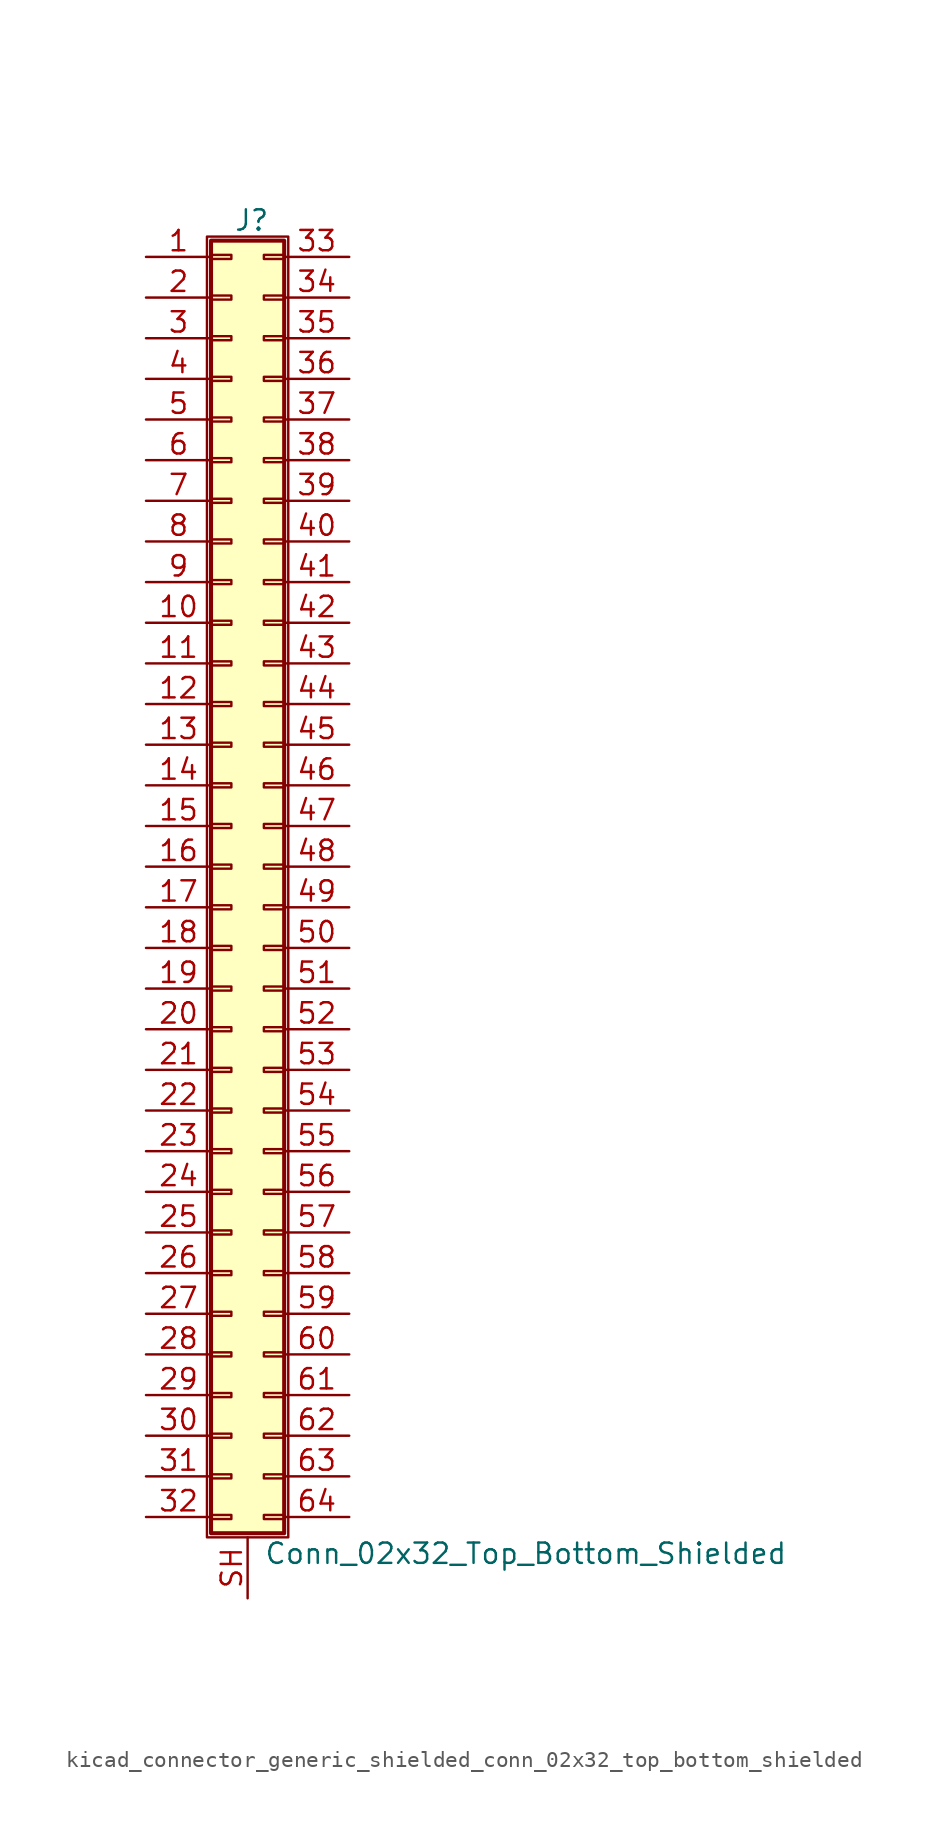
<source format=kicad_sym>
(kicad_symbol_lib
  (version 20220914)
  (generator kicad_symbol_editor)
  (symbol "kicad_connector_generic_shielded_conn_02x32_top_bottom_shielded"
    (pin_names
      (offset 1.016) hide)
    (property "Reference" "J"
      (at 1.524 40.386 0)
      (effects (font (size 1.27 1.27))))
    (property "Value" "Conn_02x32_Top_Bottom_Shielded"
      (at 2.286 -42.926 0)
      (effects (font (size 1.27 1.27)) (justify left)))
    (symbol "kicad_connector_generic_shielded_conn_02x32_top_bottom_shielded_1_1"
      (rectangle (start -1.27 39.37) (end 3.81 -41.91) (stroke (width 0.152) (type default)) (fill (type none)))
      (rectangle (start -1.016 -40.513) (end 0.254 -40.767) (stroke (width 0.152) (type default)) (fill (type none)))
      (rectangle (start -1.016 -37.973) (end 0.254 -38.227) (stroke (width 0.152) (type default)) (fill (type none)))
      (rectangle (start -1.016 -35.433) (end 0.254 -35.687) (stroke (width 0.152) (type default)) (fill (type none)))
      (rectangle (start -1.016 -32.893) (end 0.254 -33.147) (stroke (width 0.152) (type default)) (fill (type none)))
      (rectangle (start -1.016 -30.353) (end 0.254 -30.607) (stroke (width 0.152) (type default)) (fill (type none)))
      (rectangle (start -1.016 -27.813) (end 0.254 -28.067) (stroke (width 0.152) (type default)) (fill (type none)))
      (rectangle (start -1.016 -25.273) (end 0.254 -25.527) (stroke (width 0.152) (type default)) (fill (type none)))
      (rectangle (start -1.016 -22.733) (end 0.254 -22.987) (stroke (width 0.152) (type default)) (fill (type none)))
      (rectangle (start -1.016 -20.193) (end 0.254 -20.447) (stroke (width 0.152) (type default)) (fill (type none)))
      (rectangle (start -1.016 -17.653) (end 0.254 -17.907) (stroke (width 0.152) (type default)) (fill (type none)))
      (rectangle (start -1.016 -15.113) (end 0.254 -15.367) (stroke (width 0.152) (type default)) (fill (type none)))
      (rectangle (start -1.016 -12.573) (end 0.254 -12.827) (stroke (width 0.152) (type default)) (fill (type none)))
      (rectangle (start -1.016 -10.033) (end 0.254 -10.287) (stroke (width 0.152) (type default)) (fill (type none)))
      (rectangle (start -1.016 -7.493) (end 0.254 -7.747) (stroke (width 0.152) (type default)) (fill (type none)))
      (rectangle (start -1.016 -4.953) (end 0.254 -5.207) (stroke (width 0.152) (type default)) (fill (type none)))
      (rectangle (start -1.016 -2.413) (end 0.254 -2.667) (stroke (width 0.152) (type default)) (fill (type none)))
      (rectangle (start -1.016 0.127) (end 0.254 -0.127) (stroke (width 0.152) (type default)) (fill (type none)))
      (rectangle (start -1.016 2.667) (end 0.254 2.413) (stroke (width 0.152) (type default)) (fill (type none)))
      (rectangle (start -1.016 5.207) (end 0.254 4.953) (stroke (width 0.152) (type default)) (fill (type none)))
      (rectangle (start -1.016 7.747) (end 0.254 7.493) (stroke (width 0.152) (type default)) (fill (type none)))
      (rectangle (start -1.016 10.287) (end 0.254 10.033) (stroke (width 0.152) (type default)) (fill (type none)))
      (rectangle (start -1.016 12.827) (end 0.254 12.573) (stroke (width 0.152) (type default)) (fill (type none)))
      (rectangle (start -1.016 15.367) (end 0.254 15.113) (stroke (width 0.152) (type default)) (fill (type none)))
      (rectangle (start -1.016 17.907) (end 0.254 17.653) (stroke (width 0.152) (type default)) (fill (type none)))
      (rectangle (start -1.016 20.447) (end 0.254 20.193) (stroke (width 0.152) (type default)) (fill (type none)))
      (rectangle (start -1.016 22.987) (end 0.254 22.733) (stroke (width 0.152) (type default)) (fill (type none)))
      (rectangle (start -1.016 25.527) (end 0.254 25.273) (stroke (width 0.152) (type default)) (fill (type none)))
      (rectangle (start -1.016 28.067) (end 0.254 27.813) (stroke (width 0.152) (type default)) (fill (type none)))
      (rectangle (start -1.016 30.607) (end 0.254 30.353) (stroke (width 0.152) (type default)) (fill (type none)))
      (rectangle (start -1.016 33.147) (end 0.254 32.893) (stroke (width 0.152) (type default)) (fill (type none)))
      (rectangle (start -1.016 35.687) (end 0.254 35.433) (stroke (width 0.152) (type default)) (fill (type none)))
      (rectangle (start -1.016 38.227) (end 0.254 37.973) (stroke (width 0.152) (type default)) (fill (type none)))
      (rectangle (start -1.016 39.116) (end 3.556 -41.656) (stroke (width 0.254) (type default)) (fill (type background)))
      (rectangle (start 3.556 -40.513) (end 2.286 -40.767) (stroke (width 0.152) (type default)) (fill (type none)))
      (rectangle (start 3.556 -37.973) (end 2.286 -38.227) (stroke (width 0.152) (type default)) (fill (type none)))
      (rectangle (start 3.556 -35.433) (end 2.286 -35.687) (stroke (width 0.152) (type default)) (fill (type none)))
      (rectangle (start 3.556 -32.893) (end 2.286 -33.147) (stroke (width 0.152) (type default)) (fill (type none)))
      (rectangle (start 3.556 -30.353) (end 2.286 -30.607) (stroke (width 0.152) (type default)) (fill (type none)))
      (rectangle (start 3.556 -27.813) (end 2.286 -28.067) (stroke (width 0.152) (type default)) (fill (type none)))
      (rectangle (start 3.556 -25.273) (end 2.286 -25.527) (stroke (width 0.152) (type default)) (fill (type none)))
      (rectangle (start 3.556 -22.733) (end 2.286 -22.987) (stroke (width 0.152) (type default)) (fill (type none)))
      (rectangle (start 3.556 -20.193) (end 2.286 -20.447) (stroke (width 0.152) (type default)) (fill (type none)))
      (rectangle (start 3.556 -17.653) (end 2.286 -17.907) (stroke (width 0.152) (type default)) (fill (type none)))
      (rectangle (start 3.556 -15.113) (end 2.286 -15.367) (stroke (width 0.152) (type default)) (fill (type none)))
      (rectangle (start 3.556 -12.573) (end 2.286 -12.827) (stroke (width 0.152) (type default)) (fill (type none)))
      (rectangle (start 3.556 -10.033) (end 2.286 -10.287) (stroke (width 0.152) (type default)) (fill (type none)))
      (rectangle (start 3.556 -7.493) (end 2.286 -7.747) (stroke (width 0.152) (type default)) (fill (type none)))
      (rectangle (start 3.556 -4.953) (end 2.286 -5.207) (stroke (width 0.152) (type default)) (fill (type none)))
      (rectangle (start 3.556 -2.413) (end 2.286 -2.667) (stroke (width 0.152) (type default)) (fill (type none)))
      (rectangle (start 3.556 0.127) (end 2.286 -0.127) (stroke (width 0.152) (type default)) (fill (type none)))
      (rectangle (start 3.556 2.667) (end 2.286 2.413) (stroke (width 0.152) (type default)) (fill (type none)))
      (rectangle (start 3.556 5.207) (end 2.286 4.953) (stroke (width 0.152) (type default)) (fill (type none)))
      (rectangle (start 3.556 7.747) (end 2.286 7.493) (stroke (width 0.152) (type default)) (fill (type none)))
      (rectangle (start 3.556 10.287) (end 2.286 10.033) (stroke (width 0.152) (type default)) (fill (type none)))
      (rectangle (start 3.556 12.827) (end 2.286 12.573) (stroke (width 0.152) (type default)) (fill (type none)))
      (rectangle (start 3.556 15.367) (end 2.286 15.113) (stroke (width 0.152) (type default)) (fill (type none)))
      (rectangle (start 3.556 17.907) (end 2.286 17.653) (stroke (width 0.152) (type default)) (fill (type none)))
      (rectangle (start 3.556 20.447) (end 2.286 20.193) (stroke (width 0.152) (type default)) (fill (type none)))
      (rectangle (start 3.556 22.987) (end 2.286 22.733) (stroke (width 0.152) (type default)) (fill (type none)))
      (rectangle (start 3.556 25.527) (end 2.286 25.273) (stroke (width 0.152) (type default)) (fill (type none)))
      (rectangle (start 3.556 28.067) (end 2.286 27.813) (stroke (width 0.152) (type default)) (fill (type none)))
      (rectangle (start 3.556 30.607) (end 2.286 30.353) (stroke (width 0.152) (type default)) (fill (type none)))
      (rectangle (start 3.556 33.147) (end 2.286 32.893) (stroke (width 0.152) (type default)) (fill (type none)))
      (rectangle (start 3.556 35.687) (end 2.286 35.433) (stroke (width 0.152) (type default)) (fill (type none)))
      (rectangle (start 3.556 38.227) (end 2.286 37.973) (stroke (width 0.152) (type default)) (fill (type none)))
      (pin passive line (at -5.08 38.1 0) (length 4.064) (name "Pin_1" (effects (font (size 1.27 1.27)))) (number "1" (effects (font (size 1.27 1.27)))))
      (pin passive line (at -5.08 15.24 0) (length 4.064) (name "Pin_10" (effects (font (size 1.27 1.27)))) (number "10" (effects (font (size 1.27 1.27)))))
      (pin passive line (at -5.08 12.7 0) (length 4.064) (name "Pin_11" (effects (font (size 1.27 1.27)))) (number "11" (effects (font (size 1.27 1.27)))))
      (pin passive line (at -5.08 10.16 0) (length 4.064) (name "Pin_12" (effects (font (size 1.27 1.27)))) (number "12" (effects (font (size 1.27 1.27)))))
      (pin passive line (at -5.08 7.62 0) (length 4.064) (name "Pin_13" (effects (font (size 1.27 1.27)))) (number "13" (effects (font (size 1.27 1.27)))))
      (pin passive line (at -5.08 5.08 0) (length 4.064) (name "Pin_14" (effects (font (size 1.27 1.27)))) (number "14" (effects (font (size 1.27 1.27)))))
      (pin passive line (at -5.08 2.54 0) (length 4.064) (name "Pin_15" (effects (font (size 1.27 1.27)))) (number "15" (effects (font (size 1.27 1.27)))))
      (pin passive line (at -5.08 0 0) (length 4.064) (name "Pin_16" (effects (font (size 1.27 1.27)))) (number "16" (effects (font (size 1.27 1.27)))))
      (pin passive line (at -5.08 -2.54 0) (length 4.064) (name "Pin_17" (effects (font (size 1.27 1.27)))) (number "17" (effects (font (size 1.27 1.27)))))
      (pin passive line (at -5.08 -5.08 0) (length 4.064) (name "Pin_18" (effects (font (size 1.27 1.27)))) (number "18" (effects (font (size 1.27 1.27)))))
      (pin passive line (at -5.08 -7.62 0) (length 4.064) (name "Pin_19" (effects (font (size 1.27 1.27)))) (number "19" (effects (font (size 1.27 1.27)))))
      (pin passive line (at -5.08 35.56 0) (length 4.064) (name "Pin_2" (effects (font (size 1.27 1.27)))) (number "2" (effects (font (size 1.27 1.27)))))
      (pin passive line (at -5.08 -10.16 0) (length 4.064) (name "Pin_20" (effects (font (size 1.27 1.27)))) (number "20" (effects (font (size 1.27 1.27)))))
      (pin passive line (at -5.08 -12.7 0) (length 4.064) (name "Pin_21" (effects (font (size 1.27 1.27)))) (number "21" (effects (font (size 1.27 1.27)))))
      (pin passive line (at -5.08 -15.24 0) (length 4.064) (name "Pin_22" (effects (font (size 1.27 1.27)))) (number "22" (effects (font (size 1.27 1.27)))))
      (pin passive line (at -5.08 -17.78 0) (length 4.064) (name "Pin_23" (effects (font (size 1.27 1.27)))) (number "23" (effects (font (size 1.27 1.27)))))
      (pin passive line (at -5.08 -20.32 0) (length 4.064) (name "Pin_24" (effects (font (size 1.27 1.27)))) (number "24" (effects (font (size 1.27 1.27)))))
      (pin passive line (at -5.08 -22.86 0) (length 4.064) (name "Pin_25" (effects (font (size 1.27 1.27)))) (number "25" (effects (font (size 1.27 1.27)))))
      (pin passive line (at -5.08 -25.4 0) (length 4.064) (name "Pin_26" (effects (font (size 1.27 1.27)))) (number "26" (effects (font (size 1.27 1.27)))))
      (pin passive line (at -5.08 -27.94 0) (length 4.064) (name "Pin_27" (effects (font (size 1.27 1.27)))) (number "27" (effects (font (size 1.27 1.27)))))
      (pin passive line (at -5.08 -30.48 0) (length 4.064) (name "Pin_28" (effects (font (size 1.27 1.27)))) (number "28" (effects (font (size 1.27 1.27)))))
      (pin passive line (at -5.08 -33.02 0) (length 4.064) (name "Pin_29" (effects (font (size 1.27 1.27)))) (number "29" (effects (font (size 1.27 1.27)))))
      (pin passive line (at -5.08 33.02 0) (length 4.064) (name "Pin_3" (effects (font (size 1.27 1.27)))) (number "3" (effects (font (size 1.27 1.27)))))
      (pin passive line (at -5.08 -35.56 0) (length 4.064) (name "Pin_30" (effects (font (size 1.27 1.27)))) (number "30" (effects (font (size 1.27 1.27)))))
      (pin passive line (at -5.08 -38.1 0) (length 4.064) (name "Pin_31" (effects (font (size 1.27 1.27)))) (number "31" (effects (font (size 1.27 1.27)))))
      (pin passive line (at -5.08 -40.64 0) (length 4.064) (name "Pin_32" (effects (font (size 1.27 1.27)))) (number "32" (effects (font (size 1.27 1.27)))))
      (pin passive line (at 7.62 38.1 180) (length 4.064) (name "Pin_33" (effects (font (size 1.27 1.27)))) (number "33" (effects (font (size 1.27 1.27)))))
      (pin passive line (at 7.62 35.56 180) (length 4.064) (name "Pin_34" (effects (font (size 1.27 1.27)))) (number "34" (effects (font (size 1.27 1.27)))))
      (pin passive line (at 7.62 33.02 180) (length 4.064) (name "Pin_35" (effects (font (size 1.27 1.27)))) (number "35" (effects (font (size 1.27 1.27)))))
      (pin passive line (at 7.62 30.48 180) (length 4.064) (name "Pin_36" (effects (font (size 1.27 1.27)))) (number "36" (effects (font (size 1.27 1.27)))))
      (pin passive line (at 7.62 27.94 180) (length 4.064) (name "Pin_37" (effects (font (size 1.27 1.27)))) (number "37" (effects (font (size 1.27 1.27)))))
      (pin passive line (at 7.62 25.4 180) (length 4.064) (name "Pin_38" (effects (font (size 1.27 1.27)))) (number "38" (effects (font (size 1.27 1.27)))))
      (pin passive line (at 7.62 22.86 180) (length 4.064) (name "Pin_39" (effects (font (size 1.27 1.27)))) (number "39" (effects (font (size 1.27 1.27)))))
      (pin passive line (at -5.08 30.48 0) (length 4.064) (name "Pin_4" (effects (font (size 1.27 1.27)))) (number "4" (effects (font (size 1.27 1.27)))))
      (pin passive line (at 7.62 20.32 180) (length 4.064) (name "Pin_40" (effects (font (size 1.27 1.27)))) (number "40" (effects (font (size 1.27 1.27)))))
      (pin passive line (at 7.62 17.78 180) (length 4.064) (name "Pin_41" (effects (font (size 1.27 1.27)))) (number "41" (effects (font (size 1.27 1.27)))))
      (pin passive line (at 7.62 15.24 180) (length 4.064) (name "Pin_42" (effects (font (size 1.27 1.27)))) (number "42" (effects (font (size 1.27 1.27)))))
      (pin passive line (at 7.62 12.7 180) (length 4.064) (name "Pin_43" (effects (font (size 1.27 1.27)))) (number "43" (effects (font (size 1.27 1.27)))))
      (pin passive line (at 7.62 10.16 180) (length 4.064) (name "Pin_44" (effects (font (size 1.27 1.27)))) (number "44" (effects (font (size 1.27 1.27)))))
      (pin passive line (at 7.62 7.62 180) (length 4.064) (name "Pin_45" (effects (font (size 1.27 1.27)))) (number "45" (effects (font (size 1.27 1.27)))))
      (pin passive line (at 7.62 5.08 180) (length 4.064) (name "Pin_46" (effects (font (size 1.27 1.27)))) (number "46" (effects (font (size 1.27 1.27)))))
      (pin passive line (at 7.62 2.54 180) (length 4.064) (name "Pin_47" (effects (font (size 1.27 1.27)))) (number "47" (effects (font (size 1.27 1.27)))))
      (pin passive line (at 7.62 0 180) (length 4.064) (name "Pin_48" (effects (font (size 1.27 1.27)))) (number "48" (effects (font (size 1.27 1.27)))))
      (pin passive line (at 7.62 -2.54 180) (length 4.064) (name "Pin_49" (effects (font (size 1.27 1.27)))) (number "49" (effects (font (size 1.27 1.27)))))
      (pin passive line (at -5.08 27.94 0) (length 4.064) (name "Pin_5" (effects (font (size 1.27 1.27)))) (number "5" (effects (font (size 1.27 1.27)))))
      (pin passive line (at 7.62 -5.08 180) (length 4.064) (name "Pin_50" (effects (font (size 1.27 1.27)))) (number "50" (effects (font (size 1.27 1.27)))))
      (pin passive line (at 7.62 -7.62 180) (length 4.064) (name "Pin_51" (effects (font (size 1.27 1.27)))) (number "51" (effects (font (size 1.27 1.27)))))
      (pin passive line (at 7.62 -10.16 180) (length 4.064) (name "Pin_52" (effects (font (size 1.27 1.27)))) (number "52" (effects (font (size 1.27 1.27)))))
      (pin passive line (at 7.62 -12.7 180) (length 4.064) (name "Pin_53" (effects (font (size 1.27 1.27)))) (number "53" (effects (font (size 1.27 1.27)))))
      (pin passive line (at 7.62 -15.24 180) (length 4.064) (name "Pin_54" (effects (font (size 1.27 1.27)))) (number "54" (effects (font (size 1.27 1.27)))))
      (pin passive line (at 7.62 -17.78 180) (length 4.064) (name "Pin_55" (effects (font (size 1.27 1.27)))) (number "55" (effects (font (size 1.27 1.27)))))
      (pin passive line (at 7.62 -20.32 180) (length 4.064) (name "Pin_56" (effects (font (size 1.27 1.27)))) (number "56" (effects (font (size 1.27 1.27)))))
      (pin passive line (at 7.62 -22.86 180) (length 4.064) (name "Pin_57" (effects (font (size 1.27 1.27)))) (number "57" (effects (font (size 1.27 1.27)))))
      (pin passive line (at 7.62 -25.4 180) (length 4.064) (name "Pin_58" (effects (font (size 1.27 1.27)))) (number "58" (effects (font (size 1.27 1.27)))))
      (pin passive line (at 7.62 -27.94 180) (length 4.064) (name "Pin_59" (effects (font (size 1.27 1.27)))) (number "59" (effects (font (size 1.27 1.27)))))
      (pin passive line (at -5.08 25.4 0) (length 4.064) (name "Pin_6" (effects (font (size 1.27 1.27)))) (number "6" (effects (font (size 1.27 1.27)))))
      (pin passive line (at 7.62 -30.48 180) (length 4.064) (name "Pin_60" (effects (font (size 1.27 1.27)))) (number "60" (effects (font (size 1.27 1.27)))))
      (pin passive line (at 7.62 -33.02 180) (length 4.064) (name "Pin_61" (effects (font (size 1.27 1.27)))) (number "61" (effects (font (size 1.27 1.27)))))
      (pin passive line (at 7.62 -35.56 180) (length 4.064) (name "Pin_62" (effects (font (size 1.27 1.27)))) (number "62" (effects (font (size 1.27 1.27)))))
      (pin passive line (at 7.62 -38.1 180) (length 4.064) (name "Pin_63" (effects (font (size 1.27 1.27)))) (number "63" (effects (font (size 1.27 1.27)))))
      (pin passive line (at 7.62 -40.64 180) (length 4.064) (name "Pin_64" (effects (font (size 1.27 1.27)))) (number "64" (effects (font (size 1.27 1.27)))))
      (pin passive line (at -5.08 22.86 0) (length 4.064) (name "Pin_7" (effects (font (size 1.27 1.27)))) (number "7" (effects (font (size 1.27 1.27)))))
      (pin passive line (at -5.08 20.32 0) (length 4.064) (name "Pin_8" (effects (font (size 1.27 1.27)))) (number "8" (effects (font (size 1.27 1.27)))))
      (pin passive line (at -5.08 17.78 0) (length 4.064) (name "Pin_9" (effects (font (size 1.27 1.27)))) (number "9" (effects (font (size 1.27 1.27)))))
      (pin passive line (at 1.27 -45.72 90) (length 3.81) (name "Shield" (effects (font (size 1.27 1.27)))) (number "SH" (effects (font (size 1.27 1.27))))))))
</source>
